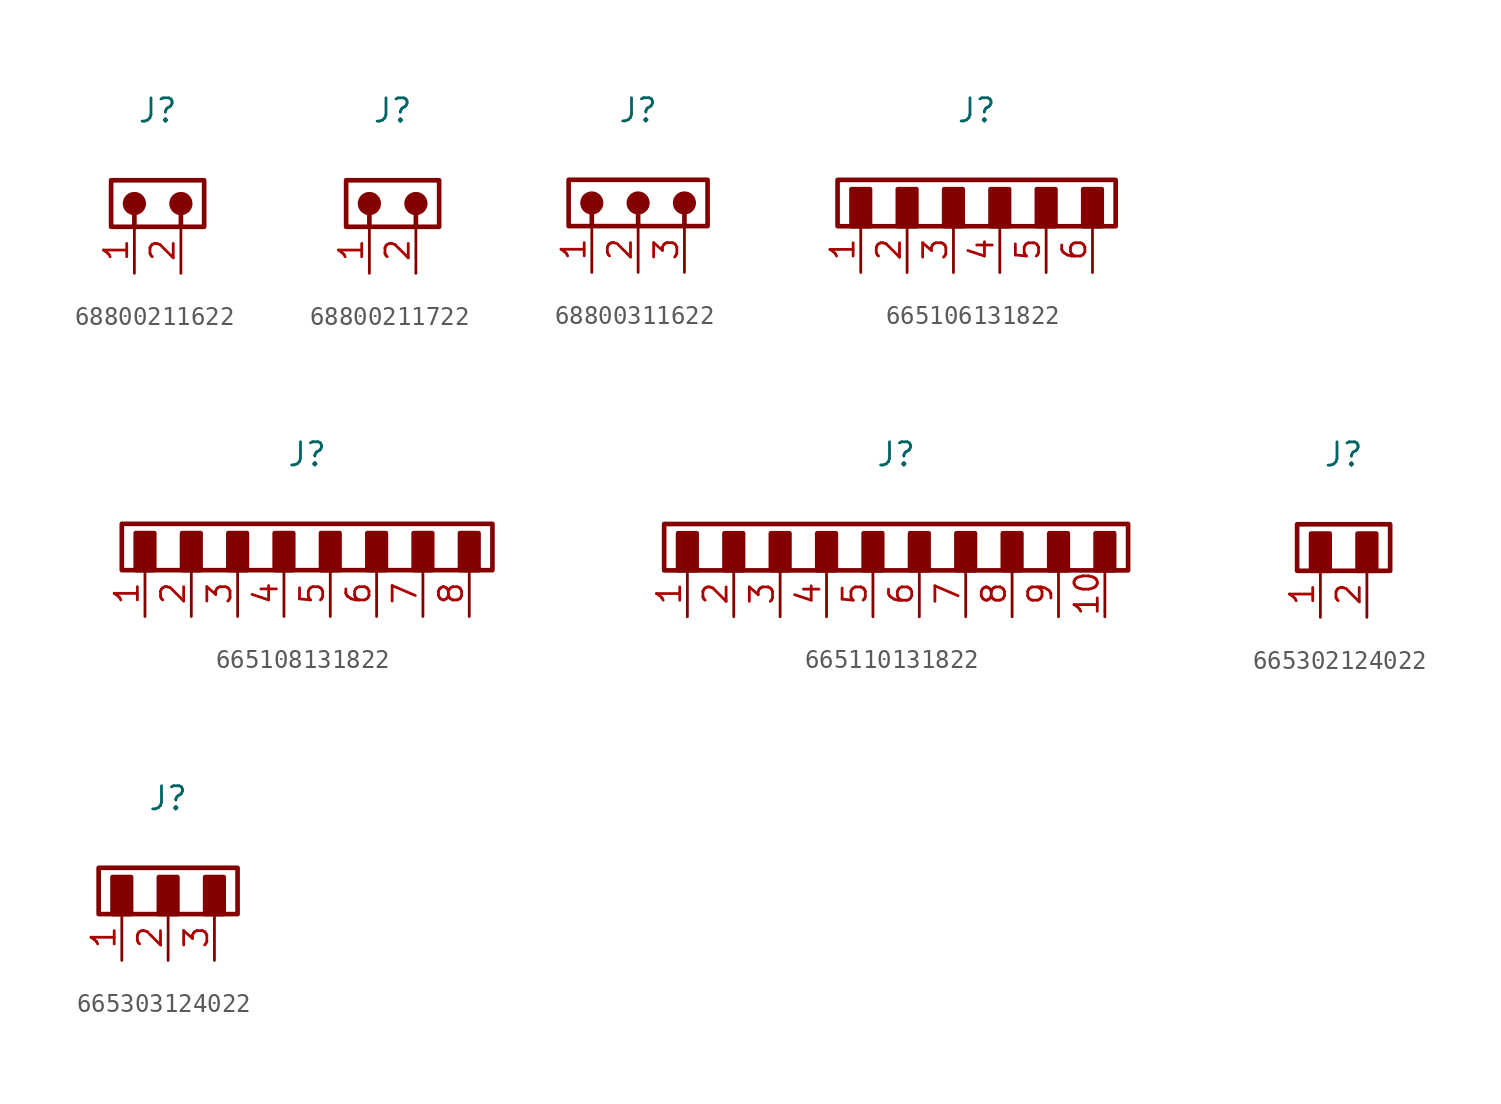
<source format=kicad_sym>
(kicad_symbol_lib
  (version 20241209)
  (generator "kicad_symbol_editor")
  (generator_version "9.0")
  (symbol "68800211622"
    (pin_names
      (hide yes))
    (property "Reference" "J"
      (at 0 5.08 0)
      (effects (font (size 1.27 1.27))))
    (symbol "68800211622_1_1"
      (rectangle (start -2.54 1.27) (end 2.54 -1.27) (stroke (width 0.254) (type solid)) (fill (type none)))
      (circle (center -1.27 0) (radius 0.508) (stroke (width 0.254) (type solid)) (fill (type outline)))
      (polyline (pts (xy -1.27 -0.508) (xy -1.27 -1.27)) (stroke (width 0.254) (type solid)) (fill (type none)))
      (circle (center 1.27 0) (radius 0.508) (stroke (width 0.254) (type solid)) (fill (type outline)))
      (polyline (pts (xy 1.27 -0.508) (xy 1.27 -1.27)) (stroke (width 0.254) (type solid)) (fill (type none)))
      (pin passive line (at -1.27 -3.81 90) (length 2.54) (name "1" (effects (font (size 1.27 1.27)))) (number "1" (effects (font (size 1.27 1.27)))))
      (pin passive line (at 1.27 -3.81 90) (length 2.54) (name "2" (effects (font (size 1.27 1.27)))) (number "2" (effects (font (size 1.27 1.27)))))))
  (symbol "68800211722"
    (pin_names
      (hide yes))
    (property "Reference" "J"
      (at 0 5.08 0)
      (effects (font (size 1.27 1.27))))
    (symbol "68800211722_1_1"
      (rectangle (start -2.54 1.27) (end 2.54 -1.27) (stroke (width 0.254) (type solid)) (fill (type none)))
      (circle (center -1.27 0) (radius 0.508) (stroke (width 0.254) (type solid)) (fill (type outline)))
      (polyline (pts (xy -1.27 -0.508) (xy -1.27 -1.27)) (stroke (width 0.254) (type solid)) (fill (type none)))
      (circle (center 1.27 0) (radius 0.508) (stroke (width 0.254) (type solid)) (fill (type outline)))
      (polyline (pts (xy 1.27 -0.508) (xy 1.27 -1.27)) (stroke (width 0.254) (type solid)) (fill (type none)))
      (pin passive line (at -1.27 -3.81 90) (length 2.54) (name "1" (effects (font (size 1.27 1.27)))) (number "1" (effects (font (size 1.27 1.27)))))
      (pin passive line (at 1.27 -3.81 90) (length 2.54) (name "2" (effects (font (size 1.27 1.27)))) (number "2" (effects (font (size 1.27 1.27)))))))
  (symbol "68800311622"
    (pin_names
      (hide yes))
    (property "Reference" "J"
      (at 0 5.08 0)
      (effects (font (size 1.27 1.27))))
    (symbol "68800311622_1_1"
      (rectangle (start -3.81 1.27) (end 3.81 -1.27) (stroke (width 0.254) (type solid)) (fill (type none)))
      (circle (center -2.54 0) (radius 0.508) (stroke (width 0.254) (type solid)) (fill (type outline)))
      (polyline (pts (xy -2.54 -0.508) (xy -2.54 -1.27)) (stroke (width 0.254) (type solid)) (fill (type none)))
      (circle (center 0 0) (radius 0.508) (stroke (width 0.254) (type solid)) (fill (type outline)))
      (polyline (pts (xy 0 -0.508) (xy 0 -1.27)) (stroke (width 0.254) (type solid)) (fill (type none)))
      (circle (center 2.54 0) (radius 0.508) (stroke (width 0.254) (type solid)) (fill (type outline)))
      (polyline (pts (xy 2.54 -0.508) (xy 2.54 -1.27)) (stroke (width 0.254) (type solid)) (fill (type none)))
      (pin passive line (at -2.54 -3.81 90) (length 2.54) (name "1" (effects (font (size 1.27 1.27)))) (number "1" (effects (font (size 1.27 1.27)))))
      (pin passive line (at 0 -3.81 90) (length 2.54) (name "2" (effects (font (size 1.27 1.27)))) (number "2" (effects (font (size 1.27 1.27)))))
      (pin passive line (at 2.54 -3.81 90) (length 2.54) (name "3" (effects (font (size 1.27 1.27)))) (number "3" (effects (font (size 1.27 1.27)))))))
  (symbol "665106131822"
    (pin_names
      (hide yes))
    (property "Reference" "J"
      (at 0 5.08 0)
      (effects (font (size 1.27 1.27))))
    (symbol "665106131822_1_1"
      (rectangle (start -7.62 1.27) (end 7.62 -1.27) (stroke (width 0.254) (type solid)) (fill (type none)))
      (rectangle (start -5.842 0.762) (end -6.858 -1.27) (stroke (width 0.254) (type solid)) (fill (type outline)))
      (rectangle (start -3.302 0.762) (end -4.318 -1.27) (stroke (width 0.254) (type solid)) (fill (type outline)))
      (rectangle (start -0.762 0.762) (end -1.778 -1.27) (stroke (width 0.254) (type solid)) (fill (type outline)))
      (rectangle (start 1.778 0.762) (end 0.762 -1.27) (stroke (width 0.254) (type solid)) (fill (type outline)))
      (rectangle (start 4.318 0.762) (end 3.302 -1.27) (stroke (width 0.254) (type solid)) (fill (type outline)))
      (rectangle (start 6.858 0.762) (end 5.842 -1.27) (stroke (width 0.254) (type solid)) (fill (type outline)))
      (pin passive line (at -6.35 -3.81 90) (length 2.54) (name "1" (effects (font (size 1.27 1.27)))) (number "1" (effects (font (size 1.27 1.27)))))
      (pin passive line (at -3.81 -3.81 90) (length 2.54) (name "2" (effects (font (size 1.27 1.27)))) (number "2" (effects (font (size 1.27 1.27)))))
      (pin passive line (at -1.27 -3.81 90) (length 2.54) (name "3" (effects (font (size 1.27 1.27)))) (number "3" (effects (font (size 1.27 1.27)))))
      (pin passive line (at 1.27 -3.81 90) (length 2.54) (name "4" (effects (font (size 1.27 1.27)))) (number "4" (effects (font (size 1.27 1.27)))))
      (pin passive line (at 3.81 -3.81 90) (length 2.54) (name "5" (effects (font (size 1.27 1.27)))) (number "5" (effects (font (size 1.27 1.27)))))
      (pin passive line (at 6.35 -3.81 90) (length 2.54) (name "6" (effects (font (size 1.27 1.27)))) (number "6" (effects (font (size 1.27 1.27)))))))
  (symbol "665108131822"
    (pin_names
      (hide yes))
    (property "Reference" "J"
      (at 0 5.08 0)
      (effects (font (size 1.27 1.27))))
    (symbol "665108131822_1_1"
      (rectangle (start -10.16 1.27) (end 10.16 -1.27) (stroke (width 0.254) (type solid)) (fill (type none)))
      (rectangle (start -8.382 0.762) (end -9.398 -1.27) (stroke (width 0.254) (type solid)) (fill (type outline)))
      (rectangle (start -5.842 0.762) (end -6.858 -1.27) (stroke (width 0.254) (type solid)) (fill (type outline)))
      (rectangle (start -3.302 0.762) (end -4.318 -1.27) (stroke (width 0.254) (type solid)) (fill (type outline)))
      (rectangle (start -0.762 0.762) (end -1.778 -1.27) (stroke (width 0.254) (type solid)) (fill (type outline)))
      (rectangle (start 1.778 0.762) (end 0.762 -1.27) (stroke (width 0.254) (type solid)) (fill (type outline)))
      (rectangle (start 4.318 0.762) (end 3.302 -1.27) (stroke (width 0.254) (type solid)) (fill (type outline)))
      (rectangle (start 6.858 0.762) (end 5.842 -1.27) (stroke (width 0.254) (type solid)) (fill (type outline)))
      (rectangle (start 9.398 0.762) (end 8.382 -1.27) (stroke (width 0.254) (type solid)) (fill (type outline)))
      (pin passive line (at -8.89 -3.81 90) (length 2.54) (name "1" (effects (font (size 1.27 1.27)))) (number "1" (effects (font (size 1.27 1.27)))))
      (pin passive line (at -6.35 -3.81 90) (length 2.54) (name "2" (effects (font (size 1.27 1.27)))) (number "2" (effects (font (size 1.27 1.27)))))
      (pin passive line (at -3.81 -3.81 90) (length 2.54) (name "3" (effects (font (size 1.27 1.27)))) (number "3" (effects (font (size 1.27 1.27)))))
      (pin passive line (at -1.27 -3.81 90) (length 2.54) (name "4" (effects (font (size 1.27 1.27)))) (number "4" (effects (font (size 1.27 1.27)))))
      (pin passive line (at 1.27 -3.81 90) (length 2.54) (name "5" (effects (font (size 1.27 1.27)))) (number "5" (effects (font (size 1.27 1.27)))))
      (pin passive line (at 3.81 -3.81 90) (length 2.54) (name "6" (effects (font (size 1.27 1.27)))) (number "6" (effects (font (size 1.27 1.27)))))
      (pin passive line (at 6.35 -3.81 90) (length 2.54) (name "7" (effects (font (size 1.27 1.27)))) (number "7" (effects (font (size 1.27 1.27)))))
      (pin passive line (at 8.89 -3.81 90) (length 2.54) (name "8" (effects (font (size 1.27 1.27)))) (number "8" (effects (font (size 1.27 1.27)))))))
  (symbol "665110131822"
    (pin_names
      (hide yes))
    (property "Reference" "J"
      (at 0 5.08 0)
      (effects (font (size 1.27 1.27))))
    (symbol "665110131822_1_1"
      (rectangle (start -12.7 1.27) (end 12.7 -1.27) (stroke (width 0.254) (type solid)) (fill (type none)))
      (rectangle (start -10.922 0.762) (end -11.938 -1.27) (stroke (width 0.254) (type solid)) (fill (type outline)))
      (rectangle (start -8.382 0.762) (end -9.398 -1.27) (stroke (width 0.254) (type solid)) (fill (type outline)))
      (rectangle (start -5.842 0.762) (end -6.858 -1.27) (stroke (width 0.254) (type solid)) (fill (type outline)))
      (rectangle (start -3.302 0.762) (end -4.318 -1.27) (stroke (width 0.254) (type solid)) (fill (type outline)))
      (rectangle (start -0.762 0.762) (end -1.778 -1.27) (stroke (width 0.254) (type solid)) (fill (type outline)))
      (rectangle (start 1.778 0.762) (end 0.762 -1.27) (stroke (width 0.254) (type solid)) (fill (type outline)))
      (rectangle (start 4.318 0.762) (end 3.302 -1.27) (stroke (width 0.254) (type solid)) (fill (type outline)))
      (rectangle (start 6.858 0.762) (end 5.842 -1.27) (stroke (width 0.254) (type solid)) (fill (type outline)))
      (rectangle (start 9.398 0.762) (end 8.382 -1.27) (stroke (width 0.254) (type solid)) (fill (type outline)))
      (rectangle (start 11.938 0.762) (end 10.922 -1.27) (stroke (width 0.254) (type solid)) (fill (type outline)))
      (pin passive line (at -11.43 -3.81 90) (length 2.54) (name "1" (effects (font (size 1.27 1.27)))) (number "1" (effects (font (size 1.27 1.27)))))
      (pin passive line (at -8.89 -3.81 90) (length 2.54) (name "2" (effects (font (size 1.27 1.27)))) (number "2" (effects (font (size 1.27 1.27)))))
      (pin passive line (at -6.35 -3.81 90) (length 2.54) (name "3" (effects (font (size 1.27 1.27)))) (number "3" (effects (font (size 1.27 1.27)))))
      (pin passive line (at -3.81 -3.81 90) (length 2.54) (name "4" (effects (font (size 1.27 1.27)))) (number "4" (effects (font (size 1.27 1.27)))))
      (pin passive line (at -1.27 -3.81 90) (length 2.54) (name "5" (effects (font (size 1.27 1.27)))) (number "5" (effects (font (size 1.27 1.27)))))
      (pin passive line (at 1.27 -3.81 90) (length 2.54) (name "6" (effects (font (size 1.27 1.27)))) (number "6" (effects (font (size 1.27 1.27)))))
      (pin passive line (at 3.81 -3.81 90) (length 2.54) (name "7" (effects (font (size 1.27 1.27)))) (number "7" (effects (font (size 1.27 1.27)))))
      (pin passive line (at 6.35 -3.81 90) (length 2.54) (name "8" (effects (font (size 1.27 1.27)))) (number "8" (effects (font (size 1.27 1.27)))))
      (pin passive line (at 8.89 -3.81 90) (length 2.54) (name "9" (effects (font (size 1.27 1.27)))) (number "9" (effects (font (size 1.27 1.27)))))
      (pin passive line (at 11.43 -3.81 90) (length 2.54) (name "10" (effects (font (size 1.27 1.27)))) (number "10" (effects (font (size 1.27 1.27)))))))
  (symbol "665302124022"
    (pin_names
      (hide yes))
    (property "Reference" "J"
      (at 0 5.08 0)
      (effects (font (size 1.27 1.27))))
    (symbol "665302124022_1_1"
      (rectangle (start -2.54 1.27) (end 2.54 -1.27) (stroke (width 0.254) (type solid)) (fill (type none)))
      (rectangle (start -0.762 0.762) (end -1.778 -1.27) (stroke (width 0.254) (type solid)) (fill (type outline)))
      (rectangle (start 1.778 0.762) (end 0.762 -1.27) (stroke (width 0.254) (type solid)) (fill (type outline)))
      (pin passive line (at -1.27 -3.81 90) (length 2.54) (name "1" (effects (font (size 1.27 1.27)))) (number "1" (effects (font (size 1.27 1.27)))))
      (pin passive line (at 1.27 -3.81 90) (length 2.54) (name "2" (effects (font (size 1.27 1.27)))) (number "2" (effects (font (size 1.27 1.27)))))))
  (symbol "665303124022"
    (pin_names
      (hide yes))
    (property "Reference" "J"
      (at 0 5.08 0)
      (effects (font (size 1.27 1.27))))
    (symbol "665303124022_1_1"
      (rectangle (start -3.81 1.27) (end 3.81 -1.27) (stroke (width 0.254) (type solid)) (fill (type none)))
      (rectangle (start -2.032 0.762) (end -3.048 -1.27) (stroke (width 0.254) (type solid)) (fill (type outline)))
      (rectangle (start 0.508 0.762) (end -0.508 -1.27) (stroke (width 0.254) (type solid)) (fill (type outline)))
      (rectangle (start 3.048 0.762) (end 2.032 -1.27) (stroke (width 0.254) (type solid)) (fill (type outline)))
      (pin passive line (at -2.54 -3.81 90) (length 2.54) (name "1" (effects (font (size 1.27 1.27)))) (number "1" (effects (font (size 1.27 1.27)))))
      (pin passive line (at 0 -3.81 90) (length 2.54) (name "2" (effects (font (size 1.27 1.27)))) (number "2" (effects (font (size 1.27 1.27)))))
      (pin passive line (at 2.54 -3.81 90) (length 2.54) (name "3" (effects (font (size 1.27 1.27)))) (number "3" (effects (font (size 1.27 1.27))))))))
</source>
